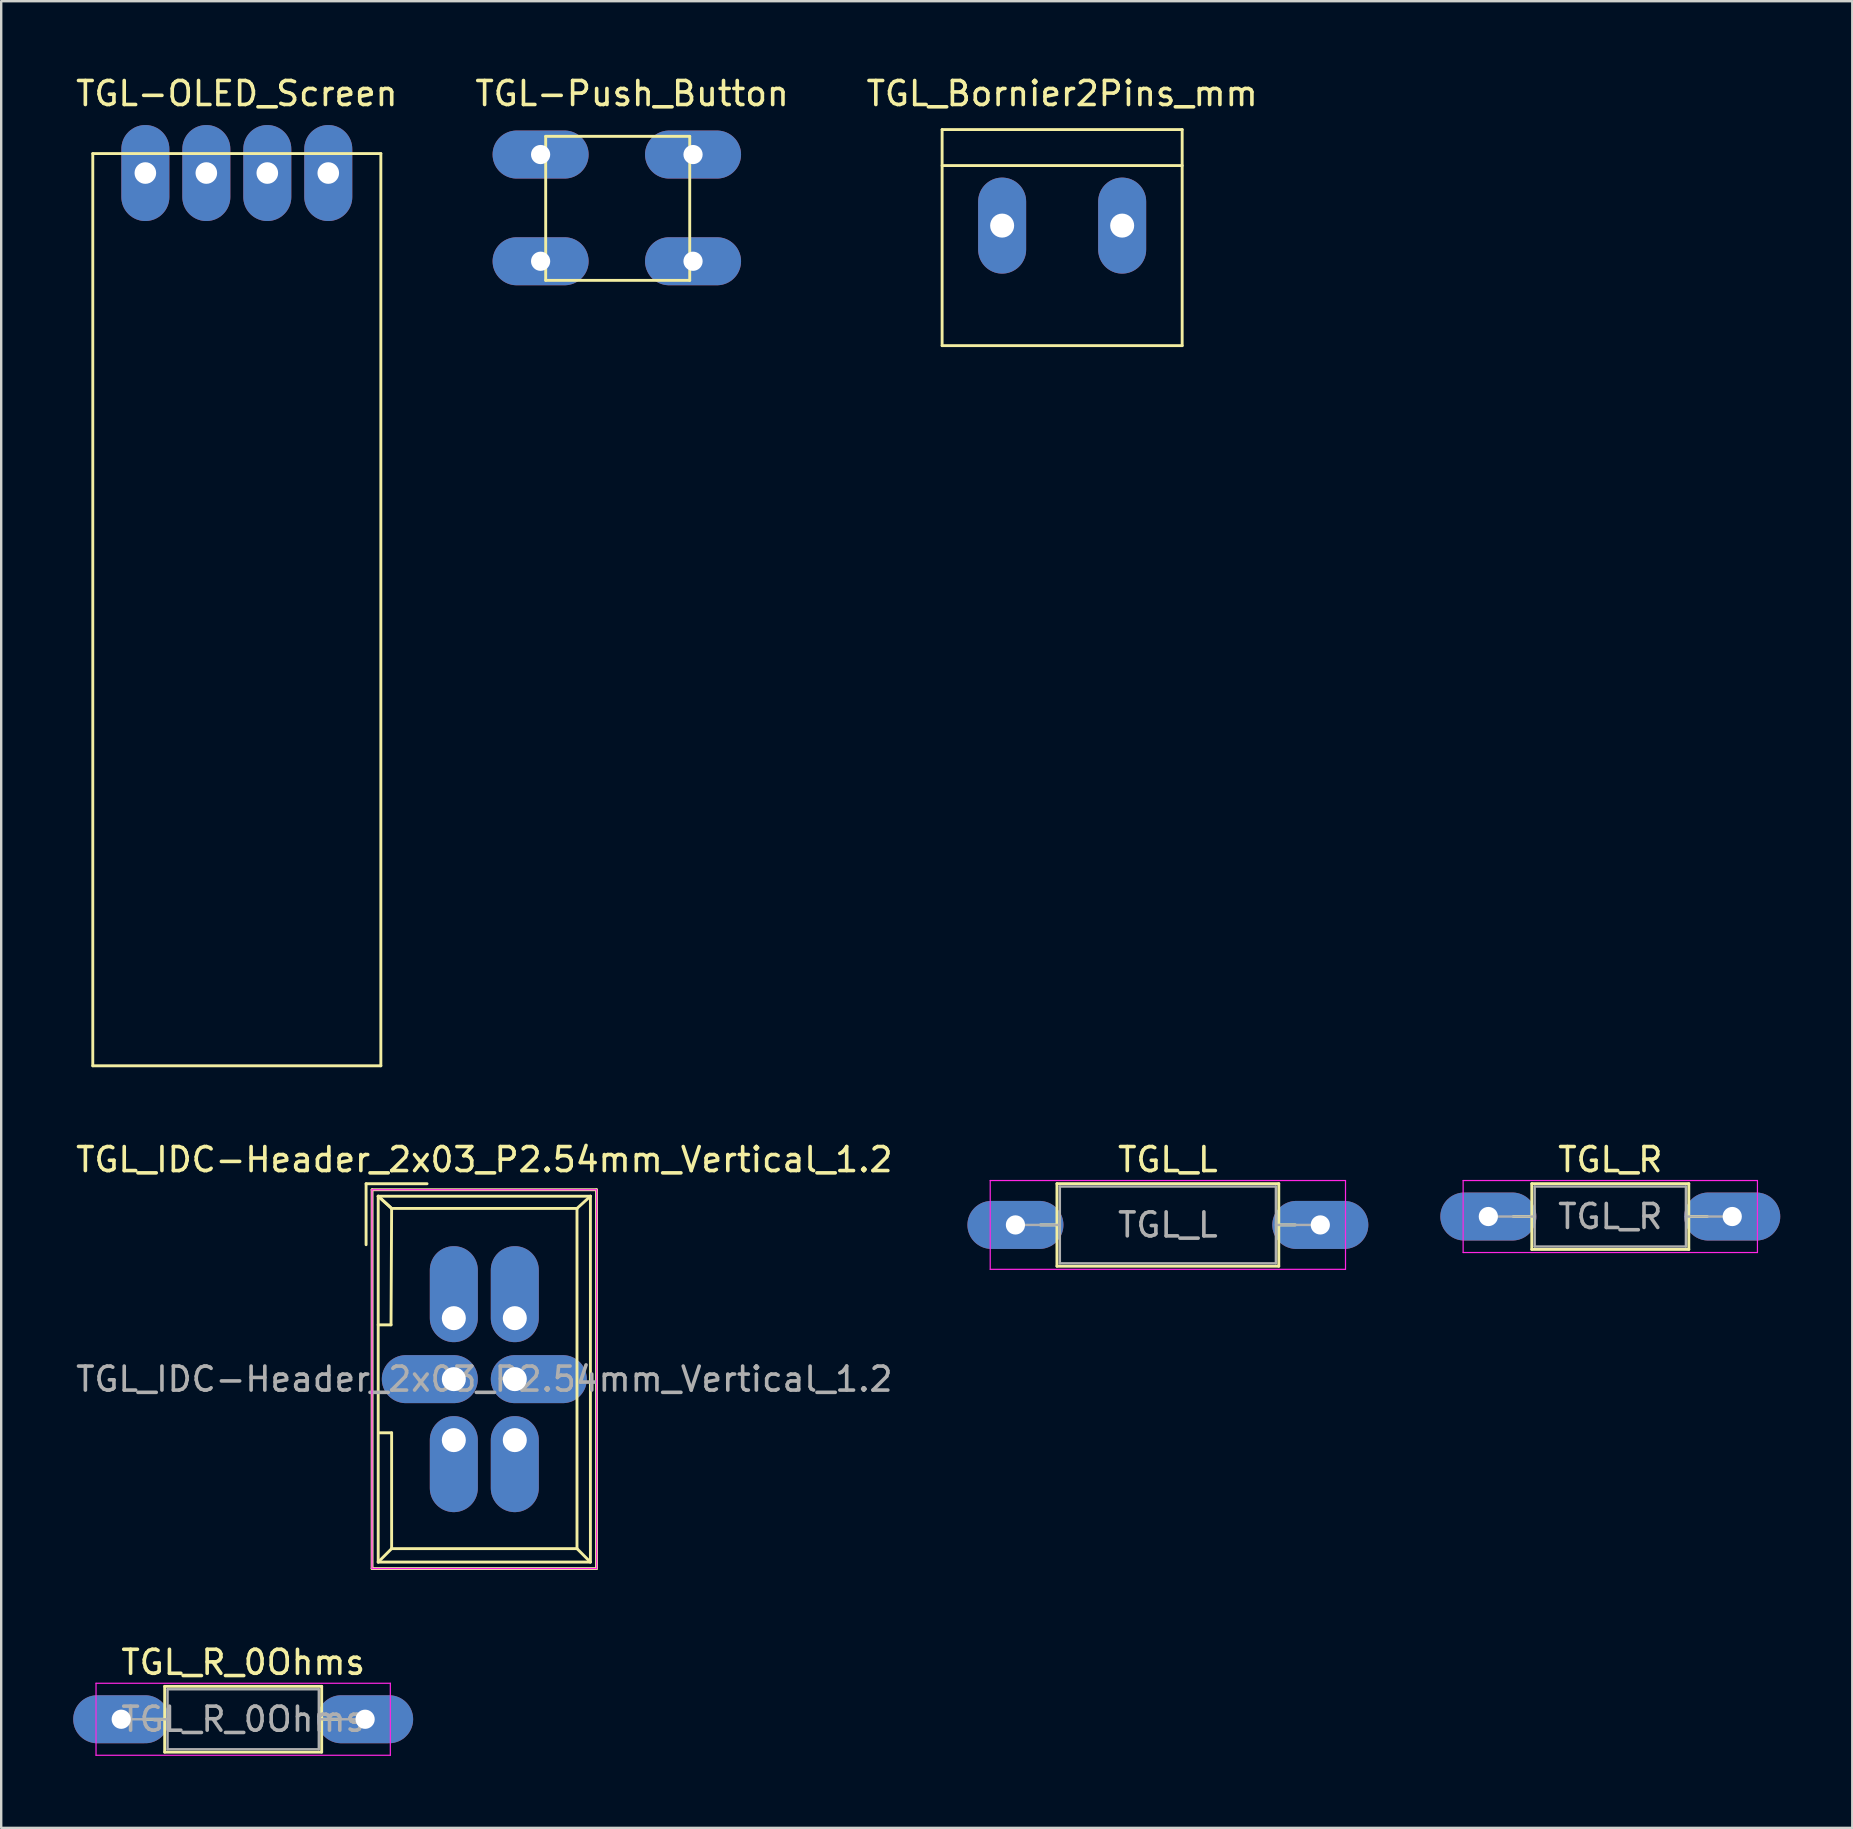
<source format=kicad_pcb>
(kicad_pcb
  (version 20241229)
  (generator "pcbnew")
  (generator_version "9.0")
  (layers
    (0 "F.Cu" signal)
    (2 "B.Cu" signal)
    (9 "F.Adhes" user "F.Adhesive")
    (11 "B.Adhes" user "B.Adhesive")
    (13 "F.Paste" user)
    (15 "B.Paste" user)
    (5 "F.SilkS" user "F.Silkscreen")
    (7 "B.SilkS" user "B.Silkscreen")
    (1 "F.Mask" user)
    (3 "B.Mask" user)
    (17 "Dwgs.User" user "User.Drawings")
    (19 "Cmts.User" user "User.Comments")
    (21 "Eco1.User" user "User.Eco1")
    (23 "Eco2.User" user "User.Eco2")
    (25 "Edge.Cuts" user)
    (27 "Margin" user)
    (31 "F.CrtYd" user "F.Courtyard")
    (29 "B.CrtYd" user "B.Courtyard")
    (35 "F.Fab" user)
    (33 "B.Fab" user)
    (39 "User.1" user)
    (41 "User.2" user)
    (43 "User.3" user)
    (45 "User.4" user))
  (footprint "TGL_L"
    (layer "F.Cu")
    (at 39.25 47.977)
    (property "Reference" "TGL_L" (at 6.35 -2.72 0) (layer "F.SilkS") (effects (font (size 1 1) (thickness 0.15))))
    (attr through_hole)
    (fp_line (start 1.04 0) (end 1.73 0) (stroke (width 0.12) (type solid)) (layer "F.SilkS"))
    (fp_line (start 1.73 -1.72) (end 1.73 1.72) (stroke (width 0.12) (type solid)) (layer "F.SilkS"))
    (fp_line (start 1.73 1.72) (end 10.97 1.72) (stroke (width 0.12) (type solid)) (layer "F.SilkS"))
    (fp_line (start 10.97 -1.72) (end 1.73 -1.72) (stroke (width 0.12) (type solid)) (layer "F.SilkS"))
    (fp_line (start 10.97 1.72) (end 10.97 -1.72) (stroke (width 0.12) (type solid)) (layer "F.SilkS"))
    (fp_line (start 11.66 0) (end 10.97 0) (stroke (width 0.12) (type solid)) (layer "F.SilkS"))
    (fp_line (start -1.05 -1.85) (end -1.05 1.85) (stroke (width 0.05) (type solid)) (layer "F.CrtYd"))
    (fp_line (start -1.05 1.85) (end 13.75 1.85) (stroke (width 0.05) (type solid)) (layer "F.CrtYd"))
    (fp_line (start 13.75 -1.85) (end -1.05 -1.85) (stroke (width 0.05) (type solid)) (layer "F.CrtYd"))
    (fp_line (start 13.75 1.85) (end 13.75 -1.85) (stroke (width 0.05) (type solid)) (layer "F.CrtYd"))
    (fp_line (start 0 0) (end 1.85 0) (stroke (width 0.1) (type solid)) (layer "F.Fab"))
    (fp_line (start 1.85 -1.6) (end 1.85 1.6) (stroke (width 0.1) (type solid)) (layer "F.Fab"))
    (fp_line (start 1.85 1.6) (end 10.85 1.6) (stroke (width 0.1) (type solid)) (layer "F.Fab"))
    (fp_line (start 10.85 -1.6) (end 1.85 -1.6) (stroke (width 0.1) (type solid)) (layer "F.Fab"))
    (fp_line (start 10.85 1.6) (end 10.85 -1.6) (stroke (width 0.1) (type solid)) (layer "F.Fab"))
    (fp_line (start 12.7 0) (end 10.85 0) (stroke (width 0.1) (type solid)) (layer "F.Fab"))
    (fp_text user "${REFERENCE}" (at 6.35 0 0) (layer "F.Fab") (effects (font (size 1 1) (thickness 0.15))))
    (pad "1" thru_hole oval (at 0 0) (size 4 2) (drill 0.8) (layers "*.Cu" "*.Mask"))
    (pad "2" thru_hole oval (at 12.7 0) (size 4 2) (drill 0.8) (layers "*.Cu" "*.Mask")))
  (footprint "TGL_R_0Ohms"
    (layer "F.Cu")
    (at 2 68.569)
    (property "Reference" "TGL_R_0Ohms" (at 5.08 -2.37 0) (layer "F.SilkS") (effects (font (size 1 1) (thickness 0.15))))
    (attr through_hole)
    (fp_line (start 1.04 0) (end 1.81 0) (stroke (width 0.12) (type solid)) (layer "F.SilkS"))
    (fp_line (start 1.81 -1.37) (end 1.81 1.37) (stroke (width 0.12) (type solid)) (layer "F.SilkS"))
    (fp_line (start 1.81 1.37) (end 8.35 1.37) (stroke (width 0.12) (type solid)) (layer "F.SilkS"))
    (fp_line (start 8.35 -1.37) (end 1.81 -1.37) (stroke (width 0.12) (type solid)) (layer "F.SilkS"))
    (fp_line (start 8.35 1.37) (end 8.35 -1.37) (stroke (width 0.12) (type solid)) (layer "F.SilkS"))
    (fp_line (start 9.12 0) (end 8.35 0) (stroke (width 0.12) (type solid)) (layer "F.SilkS"))
    (fp_line (start -1.05 -1.5) (end -1.05 1.5) (stroke (width 0.05) (type solid)) (layer "F.CrtYd"))
    (fp_line (start -1.05 1.5) (end 11.21 1.5) (stroke (width 0.05) (type solid)) (layer "F.CrtYd"))
    (fp_line (start 11.21 -1.5) (end -1.05 -1.5) (stroke (width 0.05) (type solid)) (layer "F.CrtYd"))
    (fp_line (start 11.21 1.5) (end 11.21 -1.5) (stroke (width 0.05) (type solid)) (layer "F.CrtYd"))
    (fp_line (start 0 0) (end 1.93 0) (stroke (width 0.1) (type solid)) (layer "F.Fab"))
    (fp_line (start 1.93 -1.25) (end 1.93 1.25) (stroke (width 0.1) (type solid)) (layer "F.Fab"))
    (fp_line (start 1.93 1.25) (end 8.23 1.25) (stroke (width 0.1) (type solid)) (layer "F.Fab"))
    (fp_line (start 8.23 -1.25) (end 1.93 -1.25) (stroke (width 0.1) (type solid)) (layer "F.Fab"))
    (fp_line (start 8.23 1.25) (end 8.23 -1.25) (stroke (width 0.1) (type solid)) (layer "F.Fab"))
    (fp_line (start 10.16 0) (end 8.23 0) (stroke (width 0.1) (type solid)) (layer "F.Fab"))
    (fp_text user "${REFERENCE}" (at 5.08 0 0) (layer "F.Fab") (effects (font (size 1 1) (thickness 0.15))))
    (pad "1" thru_hole oval (at 0 0) (size 4 2) (drill 0.8) (layers "*.Cu" "*.Mask"))
    (pad "1" thru_hole oval (at 10.16 0) (size 4 2) (drill 0.8) (layers "*.Cu" "*.Mask")))
  (footprint "TGL_IDC-Header_2x03_P2.54mm_Vertical_1.2"
    (layer "F.Cu")
    (at 15.855 51.861)
    (property "Reference" "TGL_IDC-Header_2x03_P2.54mm_Vertical_1.2" (at 1.27 -6.604 0) (layer "F.SilkS") (effects (font (size 1 1) (thickness 0.15))))
    (attr through_hole)
    (fp_line (start -3.655 -5.6) (end -3.655 -3.06) (stroke (width 0.12) (type solid)) (layer "F.SilkS"))
    (fp_line (start -3.655 -5.6) (end -1.115 -5.6) (stroke (width 0.12) (type solid)) (layer "F.SilkS"))
    (fp_line (start -3.405 -5.35) (end 5.945 -5.35) (stroke (width 0.12) (type solid)) (layer "F.SilkS"))
    (fp_line (start -3.405 10.43) (end -3.405 -5.35) (stroke (width 0.12) (type solid)) (layer "F.SilkS"))
    (fp_line (start -3.15 -5.08) (end -3.15 10.16) (stroke (width 0.12) (type solid)) (layer "F.SilkS"))
    (fp_line (start -3.15 -5.08) (end -2.591 -4.572) (stroke (width 0.12) (type solid)) (layer "F.SilkS"))
    (fp_line (start -3.15 10.16) (end 5.69 10.16) (stroke (width 0.12) (type solid)) (layer "F.SilkS"))
    (fp_line (start -2.616 0.279) (end -3.15 0.279) (stroke (width 0.12) (type solid)) (layer "F.SilkS"))
    (fp_line (start -2.616 0.279) (end -2.591 -4.572) (stroke (width 0.12) (type solid)) (layer "F.SilkS"))
    (fp_line (start -2.591 -4.572) (end -3.15 -5.08) (stroke (width 0.12) (type solid)) (layer "F.SilkS"))
    (fp_line (start -2.591 -4.572) (end 5.131 -4.572) (stroke (width 0.12) (type solid)) (layer "F.SilkS"))
    (fp_line (start -2.591 4.775) (end -3.099 4.775) (stroke (width 0.12) (type solid)) (layer "F.SilkS"))
    (fp_line (start -2.591 9.601) (end -3.15 10.16) (stroke (width 0.12) (type solid)) (layer "F.SilkS"))
    (fp_line (start -2.591 9.601) (end -2.591 4.775) (stroke (width 0.12) (type solid)) (layer "F.SilkS"))
    (fp_line (start 5.131 -4.572) (end 5.131 9.601) (stroke (width 0.12) (type solid)) (layer "F.SilkS"))
    (fp_line (start 5.131 -4.572) (end 5.69 -5.08) (stroke (width 0.12) (type solid)) (layer "F.SilkS"))
    (fp_line (start 5.131 9.601) (end -2.591 9.601) (stroke (width 0.12) (type solid)) (layer "F.SilkS"))
    (fp_line (start 5.131 9.601) (end 5.69 10.16) (stroke (width 0.12) (type solid)) (layer "F.SilkS"))
    (fp_line (start 5.69 -5.08) (end -3.15 -5.08) (stroke (width 0.12) (type solid)) (layer "F.SilkS"))
    (fp_line (start 5.69 10.16) (end 5.69 -5.08) (stroke (width 0.12) (type solid)) (layer "F.SilkS"))
    (fp_line (start 5.945 -5.35) (end 5.945 10.43) (stroke (width 0.12) (type solid)) (layer "F.SilkS"))
    (fp_line (start 5.945 10.43) (end -3.405 10.43) (stroke (width 0.12) (type solid)) (layer "F.SilkS"))
    (fp_line (start -3.41 -5.35) (end 5.95 -5.35) (stroke (width 0.05) (type solid)) (layer "F.CrtYd"))
    (fp_line (start -3.41 10.43) (end -3.41 -5.35) (stroke (width 0.05) (type solid)) (layer "F.CrtYd"))
    (fp_line (start 5.95 -5.35) (end 5.95 10.43) (stroke (width 0.05) (type solid)) (layer "F.CrtYd"))
    (fp_line (start 5.95 10.43) (end -3.41 10.43) (stroke (width 0.05) (type solid)) (layer "F.CrtYd"))
    (fp_text user "${REFERENCE}" (at 1.27 2.54 0) (layer "F.Fab") (effects (font (size 1 1) (thickness 0.15))))
    (pad "1" thru_hole oval (at 0 0) (size 2 4) (drill 1 (offset 0 -1)) (layers "*.Cu" "*.Mask"))
    (pad "2" thru_hole oval (at 2.54 0) (size 2 4) (drill 1 (offset 0 -1)) (layers "*.Cu" "*.Mask"))
    (pad "3" thru_hole oval (at 0 2.54) (size 4 2) (drill 1 (offset -1 0)) (layers "*.Cu" "*.Mask"))
    (pad "4" thru_hole oval (at 2.54 2.54) (size 4 2) (drill 1 (offset 1 0)) (layers "*.Cu" "*.Mask"))
    (pad "5" thru_hole oval (at 0 5.08) (size 2 4) (drill 1 (offset 0 1)) (layers "*.Cu" "*.Mask"))
    (pad "6" thru_hole oval (at 2.54 5.08) (size 2 4) (drill 1 (offset 0 1)) (layers "*.Cu" "*.Mask")))
  (footprint "TGL-OLED_Screen"
    (layer "F.Cu")
    (at 6.815 0.348)
    (property "Reference" "TGL-OLED_Screen" (at 0 0.5 0) (layer "F.SilkS") (effects (font (size 1 1) (thickness 0.15))))
    (attr through_hole)
    (fp_line (start -6 3) (end 6 3) (stroke (width 0.12) (type solid)) (layer "F.SilkS"))
    (fp_line (start -6 41) (end -6 3) (stroke (width 0.12) (type solid)) (layer "F.SilkS"))
    (fp_line (start 6 3) (end 6 41) (stroke (width 0.12) (type solid)) (layer "F.SilkS"))
    (fp_line (start 6 41) (end -6 41) (stroke (width 0.12) (type solid)) (layer "F.SilkS"))
    (pad "1" thru_hole oval (at -3.81 3.81) (size 2 4) (drill 0.9) (layers "*.Cu" "*.Mask"))
    (pad "2" thru_hole oval (at -1.27 3.81) (size 2 4) (drill 0.9) (layers "*.Cu" "*.Mask"))
    (pad "3" thru_hole oval (at 1.27 3.81) (size 2 4) (drill 0.9) (layers "*.Cu" "*.Mask"))
    (pad "4" thru_hole oval (at 3.81 3.81) (size 2 4) (drill 0.9) (layers "*.Cu" "*.Mask")))
  (footprint "TGL-Push_Button"
    (layer "F.Cu")
    (at 22.645 0.848)
    (property "Reference" "TGL-Push_Button" (at 0.635 0 0) (layer "F.SilkS") (effects (font (size 1 1) (thickness 0.15))))
    (attr through_hole)
    (fp_line (start -2.963 1.781) (end -2.963 7.781) (stroke (width 0.12) (type solid)) (layer "F.SilkS"))
    (fp_line (start -2.963 7.781) (end 3.037 7.781) (stroke (width 0.12) (type solid)) (layer "F.SilkS"))
    (fp_line (start 3.037 1.781) (end -2.963 1.781) (stroke (width 0.12) (type solid)) (layer "F.SilkS"))
    (fp_line (start 3.037 7.781) (end 3.037 1.781) (stroke (width 0.12) (type solid)) (layer "F.SilkS"))
    (pad "1" thru_hole oval (at -3.175 2.54) (size 4 2) (drill 0.8) (layers "*.Cu" "*.Mask"))
    (pad "1" thru_hole oval (at 3.175 2.54) (size 4 2) (drill 0.8) (layers "*.Cu" "*.Mask"))
    (pad "2" thru_hole oval (at -3.175 6.985) (size 4 2) (drill 0.8) (layers "*.Cu" "*.Mask"))
    (pad "2" thru_hole oval (at 3.175 6.985) (size 4 2) (drill 0.8) (layers "*.Cu" "*.Mask")))
  (footprint "TGL_Bornier2Pins_mm"
    (layer "F.Cu")
    (at 41.196 0.348)
    (property "Reference" "TGL_Bornier2Pins_mm" (at 0 0.5 0) (layer "F.SilkS") (effects (font (size 1 1) (thickness 0.15))))
    (attr through_hole)
    (fp_line (start -5 2) (end -5 11) (stroke (width 0.12) (type solid)) (layer "F.SilkS"))
    (fp_line (start -5 3.5) (end 5 3.5) (stroke (width 0.12) (type solid)) (layer "F.SilkS"))
    (fp_line (start -5 11) (end 5 11) (stroke (width 0.12) (type solid)) (layer "F.SilkS"))
    (fp_line (start 5 2) (end -5 2) (stroke (width 0.12) (type solid)) (layer "F.SilkS"))
    (fp_line (start 5 11) (end 5 2) (stroke (width 0.12) (type solid)) (layer "F.SilkS"))
    (pad "2" thru_hole oval (at -2.5 6) (size 2 4) (drill 1) (layers "*.Cu" "*.Mask"))
    (pad "4" thru_hole oval (at 2.5 6) (size 2 4) (drill 1) (layers "*.Cu" "*.Mask")))
  (footprint "TGL_R"
    (layer "F.Cu")
    (at 58.95 47.627)
    (property "Reference" "TGL_R" (at 5.08 -2.37 0) (layer "F.SilkS") (effects (font (size 1 1) (thickness 0.15))))
    (attr through_hole)
    (fp_line (start 1.04 0) (end 1.81 0) (stroke (width 0.12) (type solid)) (layer "F.SilkS"))
    (fp_line (start 1.81 -1.37) (end 1.81 1.37) (stroke (width 0.12) (type solid)) (layer "F.SilkS"))
    (fp_line (start 1.81 1.37) (end 8.35 1.37) (stroke (width 0.12) (type solid)) (layer "F.SilkS"))
    (fp_line (start 8.35 -1.37) (end 1.81 -1.37) (stroke (width 0.12) (type solid)) (layer "F.SilkS"))
    (fp_line (start 8.35 1.37) (end 8.35 -1.37) (stroke (width 0.12) (type solid)) (layer "F.SilkS"))
    (fp_line (start 9.12 0) (end 8.35 0) (stroke (width 0.12) (type solid)) (layer "F.SilkS"))
    (fp_line (start -1.05 -1.5) (end -1.05 1.5) (stroke (width 0.05) (type solid)) (layer "F.CrtYd"))
    (fp_line (start -1.05 1.5) (end 11.21 1.5) (stroke (width 0.05) (type solid)) (layer "F.CrtYd"))
    (fp_line (start 11.21 -1.5) (end -1.05 -1.5) (stroke (width 0.05) (type solid)) (layer "F.CrtYd"))
    (fp_line (start 11.21 1.5) (end 11.21 -1.5) (stroke (width 0.05) (type solid)) (layer "F.CrtYd"))
    (fp_line (start 0 0) (end 1.93 0) (stroke (width 0.1) (type solid)) (layer "F.Fab"))
    (fp_line (start 1.93 -1.25) (end 1.93 1.25) (stroke (width 0.1) (type solid)) (layer "F.Fab"))
    (fp_line (start 1.93 1.25) (end 8.23 1.25) (stroke (width 0.1) (type solid)) (layer "F.Fab"))
    (fp_line (start 8.23 -1.25) (end 1.93 -1.25) (stroke (width 0.1) (type solid)) (layer "F.Fab"))
    (fp_line (start 8.23 1.25) (end 8.23 -1.25) (stroke (width 0.1) (type solid)) (layer "F.Fab"))
    (fp_line (start 10.16 0) (end 8.23 0) (stroke (width 0.1) (type solid)) (layer "F.Fab"))
    (fp_text user "${REFERENCE}" (at 5.08 0 0) (layer "F.Fab") (effects (font (size 1 1) (thickness 0.15))))
    (pad "1" thru_hole oval (at 0 0) (size 4 2) (drill 0.8) (layers "*.Cu" "*.Mask"))
    (pad "2" thru_hole oval (at 10.16 0) (size 4 2) (drill 0.8) (layers "*.Cu" "*.Mask")))
  (gr_rect
    (start -3 -3)
    (end 74.11 73.094)
    (stroke (width 0.1) (type default))
    (fill no)
    (layer "Edge.Cuts")))
</source>
